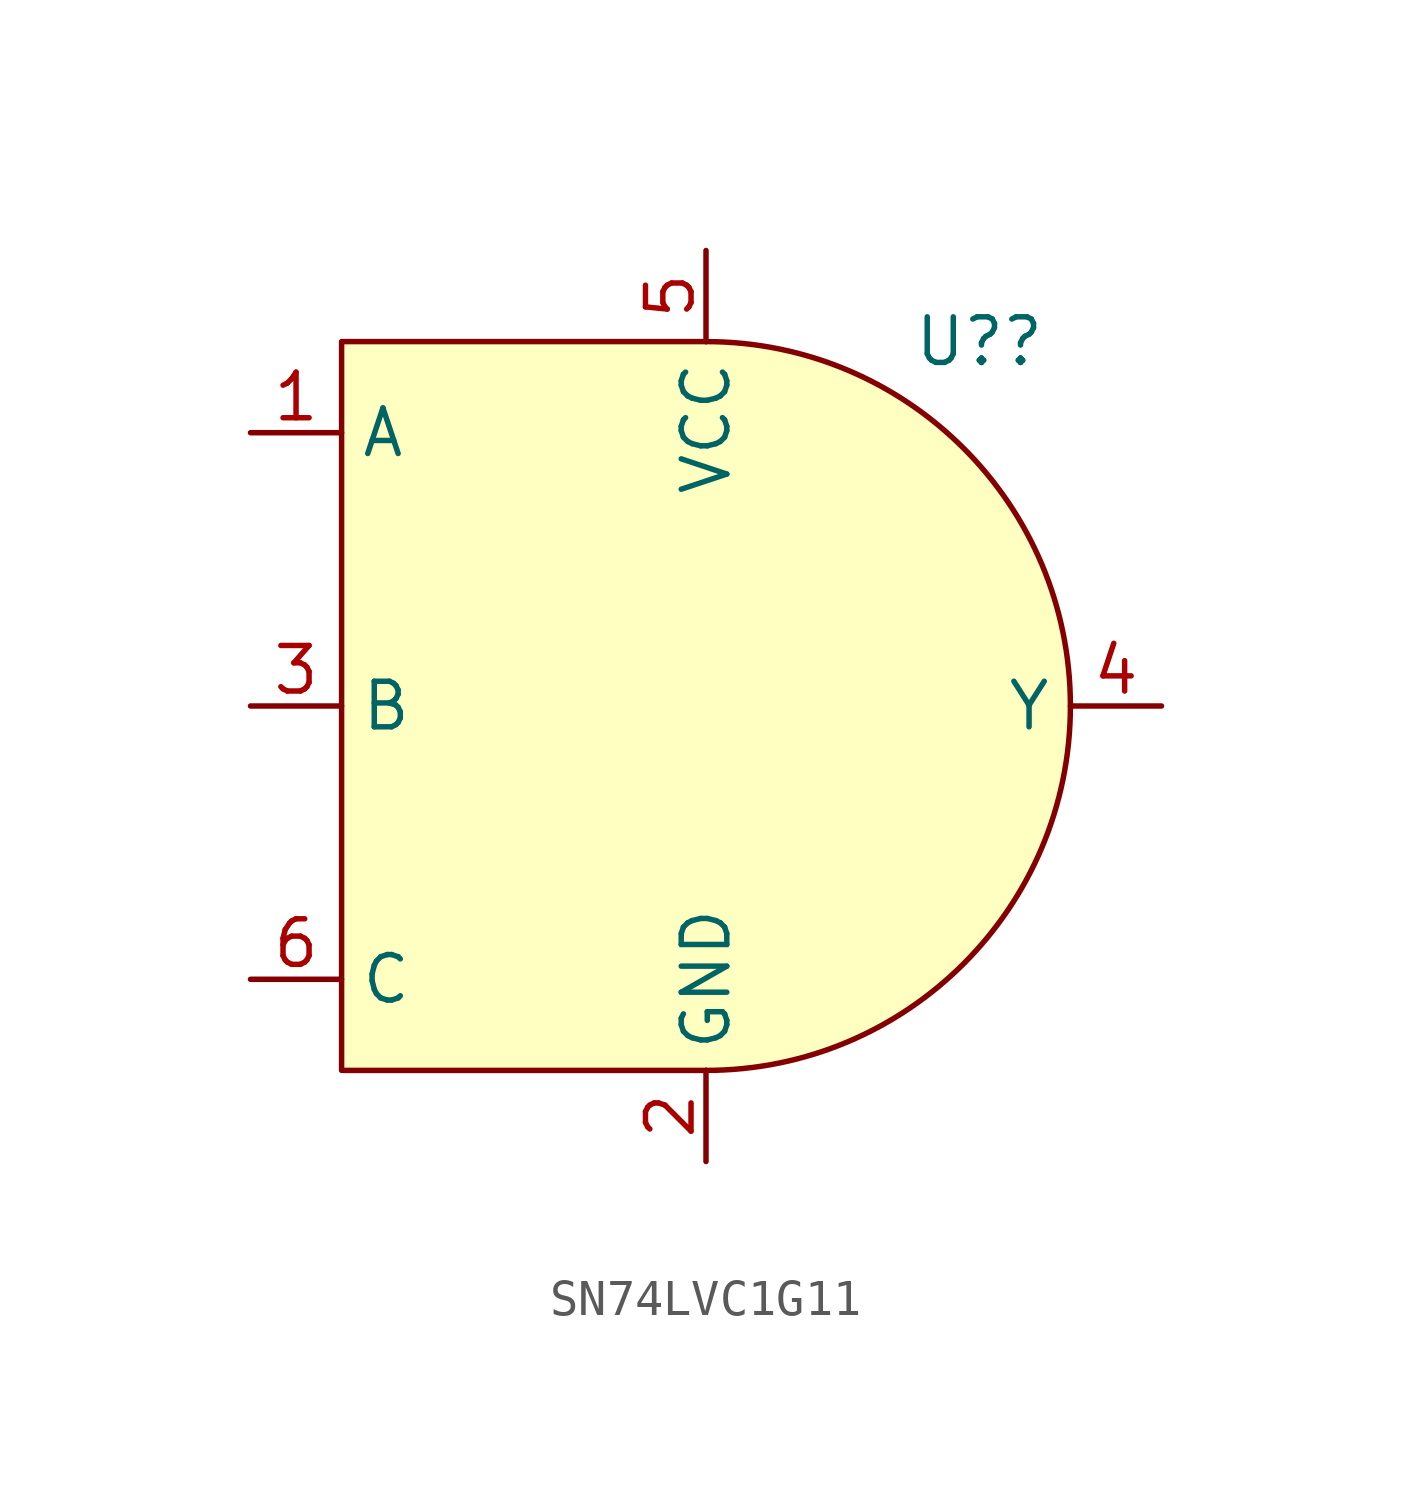
<source format=kicad_sym>
(kicad_symbol_lib
  (version 20241209)
  (generator "kicad_symbol_editor")
  (generator_version "9.0")
  (symbol "SN74LVC1G11"
    (property "Reference" "U?"
      (at 7.62 10.16 0)
      (effects (font (size 1.27 1.27))))
    (property "Value" ""
      (at 0 0 0)
      (effects (font (size 1.27 1.27))))
    (symbol "SN74LVC1G11_1_1"
      (polyline (pts (xy 0 10.16) (xy -10.16 10.16) (xy -10.16 -10.16) (xy 0 -10.16)) (stroke (width 0) (type solid)) (fill (type background)))
      (arc (start 0 10.16) (mid 10.16 0) (end 0 -10.16) (stroke (width 0) (type solid)) (fill (type background)))
      (pin input line (at -12.7 7.62 0) (length 2.54) (name "A" (effects (font (size 1.27 1.27)))) (number "1" (effects (font (size 1.27 1.27)))))
      (pin input line (at -12.7 0 0) (length 2.54) (name "B" (effects (font (size 1.27 1.27)))) (number "3" (effects (font (size 1.27 1.27)))))
      (pin input line (at -12.7 -7.62 0) (length 2.54) (name "C" (effects (font (size 1.27 1.27)))) (number "6" (effects (font (size 1.27 1.27)))))
      (pin power_in line (at 0 12.7 270) (length 2.54) (name "VCC" (effects (font (size 1.27 1.27)))) (number "5" (effects (font (size 1.27 1.27)))))
      (pin power_out line (at 0 -12.7 90) (length 2.54) (name "GND" (effects (font (size 1.27 1.27)))) (number "2" (effects (font (size 1.27 1.27)))))
      (pin output line (at 12.7 0 180) (length 2.54) (name "Y" (effects (font (size 1.27 1.27)))) (number "4" (effects (font (size 1.27 1.27))))))))
</source>
